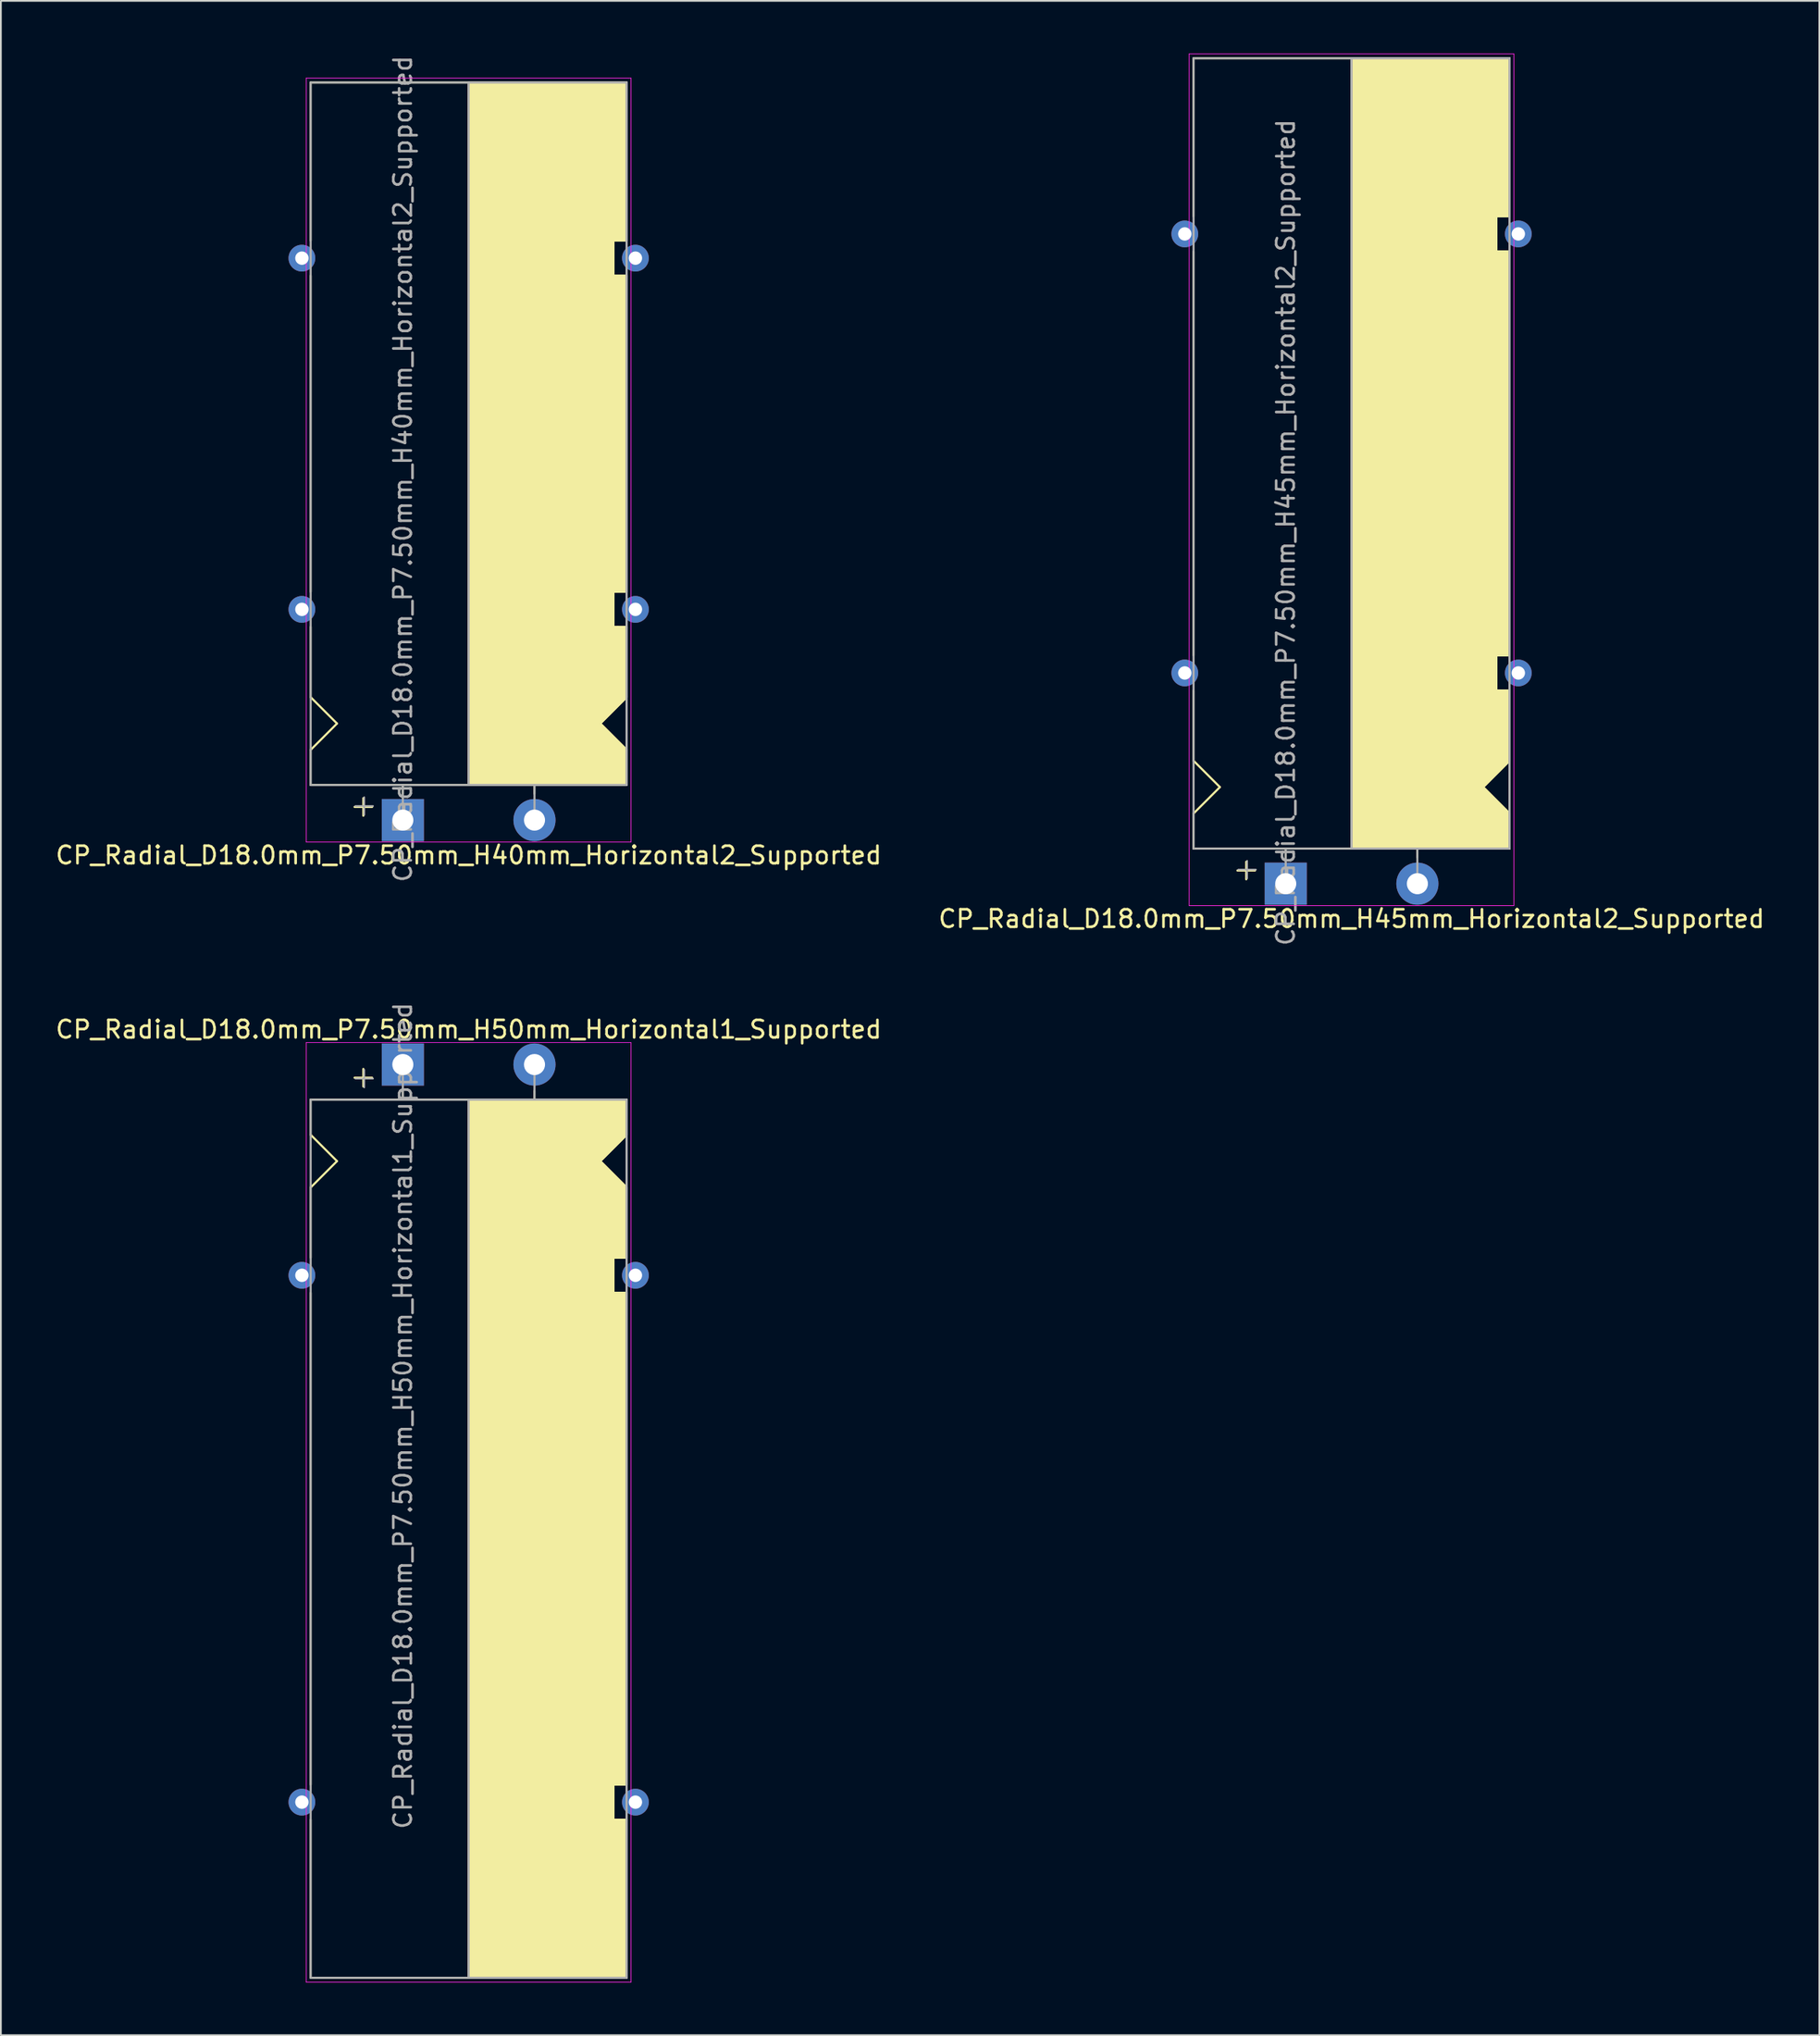
<source format=kicad_pcb>
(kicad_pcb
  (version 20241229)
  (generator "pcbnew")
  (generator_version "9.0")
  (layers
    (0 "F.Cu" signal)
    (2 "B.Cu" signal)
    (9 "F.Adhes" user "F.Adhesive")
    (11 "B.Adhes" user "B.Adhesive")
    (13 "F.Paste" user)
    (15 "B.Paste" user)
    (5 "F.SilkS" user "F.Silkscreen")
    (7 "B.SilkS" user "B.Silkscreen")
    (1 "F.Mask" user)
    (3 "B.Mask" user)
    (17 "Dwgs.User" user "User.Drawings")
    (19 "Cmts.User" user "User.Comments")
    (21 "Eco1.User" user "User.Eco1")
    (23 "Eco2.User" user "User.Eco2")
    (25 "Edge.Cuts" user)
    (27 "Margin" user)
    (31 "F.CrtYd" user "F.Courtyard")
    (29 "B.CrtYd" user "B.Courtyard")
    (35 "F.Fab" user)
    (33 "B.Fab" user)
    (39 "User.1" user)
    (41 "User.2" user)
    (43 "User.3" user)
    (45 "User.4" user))
  (footprint "CP_Radial_D18.0mm_P7.50mm_H50mm_Horizontal1_Supported"
    (layer "F.Cu")
    (at 19.899 57.568)
    (property "Reference" "CP_Radial_D18.0mm_P7.50mm_H50mm_Horizontal1_Supported" (at 3.75 -2 0) (layer "F.SilkS") (effects (font (size 1 1) (thickness 0.15))))
    (attr through_hole)
    (fp_line (start -5.25 2) (end -5.25 4) (stroke (width 0.12) (type solid)) (layer "F.SilkS"))
    (fp_line (start -5.25 2) (end 12.75 2) (stroke (width 0.12) (type solid)) (layer "F.SilkS"))
    (fp_line (start -5.25 4) (end -3.75 5.5) (stroke (width 0.12) (type solid)) (layer "F.SilkS"))
    (fp_line (start -5.25 7) (end -3.75 5.5) (stroke (width 0.12) (type solid)) (layer "F.SilkS"))
    (fp_line (start -5.25 11) (end -5.25 7) (stroke (width 0.12) (type solid)) (layer "F.SilkS"))
    (fp_line (start -5.25 13) (end -5.25 41) (stroke (width 0.12) (type solid)) (layer "F.SilkS"))
    (fp_line (start -5.25 43) (end -5.25 52) (stroke (width 0.12) (type solid)) (layer "F.SilkS"))
    (fp_line (start -5.25 52) (end 12.75 52) (stroke (width 0.12) (type solid)) (layer "F.SilkS"))
    (fp_line (start -2.25 0.25) (end -2.25 1.25) (stroke (width 0.12) (type solid)) (layer "F.SilkS"))
    (fp_line (start -1.75 0.75) (end -2.75 0.75) (stroke (width 0.12) (type solid)) (layer "F.SilkS"))
    (fp_line (start 0 1.5) (end 0 2) (stroke (width 0.12) (type solid)) (layer "F.SilkS"))
    (fp_line (start 3.75 2) (end 3.75 52) (stroke (width 0.12) (type solid)) (layer "F.SilkS"))
    (fp_line (start 7.5 1.5) (end 7.5 2) (stroke (width 0.12) (type solid)) (layer "F.SilkS"))
    (fp_line (start 12 11) (end 12 13) (stroke (width 0.12) (type solid)) (layer "F.SilkS"))
    (fp_line (start 12 13) (end 12.75 13) (stroke (width 0.12) (type solid)) (layer "F.SilkS"))
    (fp_line (start 12 41) (end 12 43) (stroke (width 0.12) (type solid)) (layer "F.SilkS"))
    (fp_line (start 12 43) (end 12.75 43) (stroke (width 0.12) (type solid)) (layer "F.SilkS"))
    (fp_line (start 12.25 11) (end 12 11) (stroke (width 0.12) (type solid)) (layer "F.SilkS"))
    (fp_line (start 12.75 2) (end 12.75 4) (stroke (width 0.12) (type solid)) (layer "F.SilkS"))
    (fp_line (start 12.75 4) (end 11.25 5.5) (stroke (width 0.12) (type solid)) (layer "F.SilkS"))
    (fp_line (start 12.75 7) (end 11.25 5.5) (stroke (width 0.12) (type solid)) (layer "F.SilkS"))
    (fp_line (start 12.75 11) (end 12.25 11) (stroke (width 0.12) (type solid)) (layer "F.SilkS"))
    (fp_line (start 12.75 11) (end 12.75 7) (stroke (width 0.12) (type solid)) (layer "F.SilkS"))
    (fp_line (start 12.75 13) (end 12.75 41) (stroke (width 0.12) (type solid)) (layer "F.SilkS"))
    (fp_line (start 12.75 41) (end 12 41) (stroke (width 0.12) (type solid)) (layer "F.SilkS"))
    (fp_line (start 12.75 43) (end 12.75 52) (stroke (width 0.12) (type solid)) (layer "F.SilkS"))
    (fp_poly (pts (xy 12.75 4) (xy 11.25 5.5) (xy 12.75 7) (xy 12.75 11) (xy 12 11) (xy 12 13) (xy 12.75 13) (xy 12.75 41) (xy 12 41) (xy 12 43) (xy 12.75 43) (xy 12.75 52) (xy 3.75 52) (xy 3.75 2) (xy 12.75 2)) (stroke (width 0.1) (type solid)) (fill yes) (layer "F.SilkS"))
    (fp_line (start -5.5 -1.25) (end -5.5 52.25) (stroke (width 0.04) (type solid)) (layer "F.CrtYd"))
    (fp_line (start -5.5 52.25) (end 13 52.25) (stroke (width 0.04) (type solid)) (layer "F.CrtYd"))
    (fp_line (start 13 -1.25) (end -5.5 -1.25) (stroke (width 0.04) (type solid)) (layer "F.CrtYd"))
    (fp_line (start 13 52.25) (end 13 -1.25) (stroke (width 0.04) (type solid)) (layer "F.CrtYd"))
    (fp_line (start -5.25 2) (end -5.25 52) (stroke (width 0.12) (type solid)) (layer "F.Fab"))
    (fp_line (start -5.25 52) (end 12.75 52) (stroke (width 0.12) (type solid)) (layer "F.Fab"))
    (fp_line (start -2.7 0.8) (end -1.7 0.8) (stroke (width 0.1) (type solid)) (layer "F.Fab"))
    (fp_line (start -2.2 1.3) (end -2.2 0.3) (stroke (width 0.1) (type solid)) (layer "F.Fab"))
    (fp_line (start 0 0) (end 0 2) (stroke (width 0.12) (type solid)) (layer "F.Fab"))
    (fp_line (start 3.75 2) (end 3.75 52) (stroke (width 0.12) (type solid)) (layer "F.Fab"))
    (fp_line (start 7.5 0) (end 7.5 2) (stroke (width 0.12) (type solid)) (layer "F.Fab"))
    (fp_line (start 12.75 2) (end -5.25 2) (stroke (width 0.12) (type solid)) (layer "F.Fab"))
    (fp_line (start 12.75 52) (end 12.75 2) (stroke (width 0.12) (type solid)) (layer "F.Fab"))
    (fp_poly (pts (xy 12.75 52) (xy 3.75 52) (xy 3.75 2) (xy 12.75 2)) (stroke (width 0.1) (type solid)) (fill no) (layer "F.Fab"))
    (fp_text user "${REFERENCE}" (at 0 20 90) (layer "F.Fab") (effects (font (size 1 1) (thickness 0.15))))
    (pad "" thru_hole circle (at -5.75 12) (size 1.524 1.524) (drill 0.762) (layers "*.Cu" "*.Mask"))
    (pad "" thru_hole circle (at -5.75 42) (size 1.524 1.524) (drill 0.762) (layers "*.Cu" "*.Mask"))
    (pad "" thru_hole circle (at 13.25 12) (size 1.524 1.524) (drill 0.762) (layers "*.Cu" "*.Mask"))
    (pad "" thru_hole circle (at 13.25 42) (size 1.524 1.524) (drill 0.762) (layers "*.Cu" "*.Mask"))
    (pad "1" thru_hole rect (at 0 0) (size 2.4 2.4) (drill 1.2) (layers "*.Cu" "*.Mask"))
    (pad "2" thru_hole circle (at 7.5 0) (size 2.4 2.4) (drill 1.2) (layers "*.Cu" "*.Mask")))
  (footprint "CP_Radial_D18.0mm_P7.50mm_H40mm_Horizontal2_Supported"
    (layer "F.Cu")
    (at 19.899 43.649)
    (property "Reference" "CP_Radial_D18.0mm_P7.50mm_H40mm_Horizontal2_Supported" (at 3.75 2 0) (layer "F.SilkS") (effects (font (size 1 1) (thickness 0.15))))
    (attr through_hole)
    (fp_line (start -5.25 -42) (end 12.75 -42) (stroke (width 0.12) (type solid)) (layer "F.SilkS"))
    (fp_line (start -5.25 -33) (end -5.25 -42) (stroke (width 0.12) (type solid)) (layer "F.SilkS"))
    (fp_line (start -5.25 -13) (end -5.25 -31) (stroke (width 0.12) (type solid)) (layer "F.SilkS"))
    (fp_line (start -5.25 -11) (end -5.25 -7) (stroke (width 0.12) (type solid)) (layer "F.SilkS"))
    (fp_line (start -5.25 -7) (end -3.75 -5.5) (stroke (width 0.12) (type solid)) (layer "F.SilkS"))
    (fp_line (start -5.25 -4) (end -3.75 -5.5) (stroke (width 0.12) (type solid)) (layer "F.SilkS"))
    (fp_line (start -5.25 -2) (end -5.25 -4) (stroke (width 0.12) (type solid)) (layer "F.SilkS"))
    (fp_line (start -5.25 -2) (end 12.75 -2) (stroke (width 0.12) (type solid)) (layer "F.SilkS"))
    (fp_line (start -2.25 -1.25) (end -2.25 -0.25) (stroke (width 0.12) (type solid)) (layer "F.SilkS"))
    (fp_line (start -1.75 -0.75) (end -2.75 -0.75) (stroke (width 0.12) (type solid)) (layer "F.SilkS"))
    (fp_line (start 0 -1.5) (end 0 -2) (stroke (width 0.12) (type solid)) (layer "F.SilkS"))
    (fp_line (start 3.75 -2) (end 3.75 -42) (stroke (width 0.12) (type solid)) (layer "F.SilkS"))
    (fp_line (start 7.5 -1.5) (end 7.5 -2) (stroke (width 0.12) (type solid)) (layer "F.SilkS"))
    (fp_line (start 12 -33) (end 12.75 -33) (stroke (width 0.12) (type solid)) (layer "F.SilkS"))
    (fp_line (start 12 -31) (end 12 -33) (stroke (width 0.12) (type solid)) (layer "F.SilkS"))
    (fp_line (start 12 -13) (end 12.75 -13) (stroke (width 0.12) (type solid)) (layer "F.SilkS"))
    (fp_line (start 12 -11) (end 12 -13) (stroke (width 0.12) (type solid)) (layer "F.SilkS"))
    (fp_line (start 12.25 -11) (end 12 -11) (stroke (width 0.12) (type solid)) (layer "F.SilkS"))
    (fp_line (start 12.75 -33) (end 12.75 -42) (stroke (width 0.12) (type solid)) (layer "F.SilkS"))
    (fp_line (start 12.75 -31) (end 12 -31) (stroke (width 0.12) (type solid)) (layer "F.SilkS"))
    (fp_line (start 12.75 -13) (end 12.75 -31) (stroke (width 0.12) (type solid)) (layer "F.SilkS"))
    (fp_line (start 12.75 -11) (end 12.25 -11) (stroke (width 0.12) (type solid)) (layer "F.SilkS"))
    (fp_line (start 12.75 -11) (end 12.75 -7) (stroke (width 0.12) (type solid)) (layer "F.SilkS"))
    (fp_line (start 12.75 -7) (end 11.25 -5.5) (stroke (width 0.12) (type solid)) (layer "F.SilkS"))
    (fp_line (start 12.75 -4) (end 11.25 -5.5) (stroke (width 0.12) (type solid)) (layer "F.SilkS"))
    (fp_line (start 12.75 -2) (end 12.75 -4) (stroke (width 0.12) (type solid)) (layer "F.SilkS"))
    (fp_poly (pts (xy 12.75 -4) (xy 11.25 -5.5) (xy 12.75 -7) (xy 12.75 -11) (xy 12 -11) (xy 12 -13) (xy 12.75 -13) (xy 12.75 -31) (xy 12 -31) (xy 12 -33) (xy 12.75 -33) (xy 12.75 -42) (xy 3.75 -42) (xy 3.75 -2) (xy 12.75 -2)) (stroke (width 0.1) (type solid)) (fill yes) (layer "F.SilkS"))
    (fp_line (start -5.5 -42.25) (end 13 -42.25) (stroke (width 0.04) (type solid)) (layer "F.CrtYd"))
    (fp_line (start -5.5 1.25) (end -5.5 -42.25) (stroke (width 0.04) (type solid)) (layer "F.CrtYd"))
    (fp_line (start 13 -42.25) (end 13 1.25) (stroke (width 0.04) (type solid)) (layer "F.CrtYd"))
    (fp_line (start 13 1.25) (end -5.5 1.25) (stroke (width 0.04) (type solid)) (layer "F.CrtYd"))
    (fp_line (start -5.25 -42) (end 12.75 -42) (stroke (width 0.12) (type solid)) (layer "F.Fab"))
    (fp_line (start -5.25 -2) (end -5.25 -42) (stroke (width 0.12) (type solid)) (layer "F.Fab"))
    (fp_line (start -2.7 -0.8) (end -1.7 -0.8) (stroke (width 0.1) (type solid)) (layer "F.Fab"))
    (fp_line (start -2.2 -0.3) (end -2.2 -1.3) (stroke (width 0.1) (type solid)) (layer "F.Fab"))
    (fp_line (start 0 0) (end 0 -2) (stroke (width 0.12) (type solid)) (layer "F.Fab"))
    (fp_line (start 3.75 -2) (end 3.75 -42) (stroke (width 0.12) (type solid)) (layer "F.Fab"))
    (fp_line (start 7.5 0) (end 7.5 -2) (stroke (width 0.12) (type solid)) (layer "F.Fab"))
    (fp_line (start 12.75 -42) (end 12.75 -2) (stroke (width 0.12) (type solid)) (layer "F.Fab"))
    (fp_line (start 12.75 -2) (end -5.25 -2) (stroke (width 0.12) (type solid)) (layer "F.Fab"))
    (fp_poly (pts (xy 12.75 -42) (xy 3.75 -42) (xy 3.75 -2) (xy 12.75 -2)) (stroke (width 0.1) (type solid)) (fill no) (layer "F.Fab"))
    (fp_text user "${REFERENCE}" (at 0 -20 90) (layer "F.Fab") (effects (font (size 1 1) (thickness 0.15))))
    (pad "" thru_hole circle (at -5.75 -32 180) (size 1.524 1.524) (drill 0.762) (layers "*.Cu" "*.Mask"))
    (pad "" thru_hole circle (at -5.75 -12 180) (size 1.524 1.524) (drill 0.762) (layers "*.Cu" "*.Mask"))
    (pad "" thru_hole circle (at 13.25 -32 180) (size 1.524 1.524) (drill 0.762) (layers "*.Cu" "*.Mask"))
    (pad "" thru_hole circle (at 13.25 -12 180) (size 1.524 1.524) (drill 0.762) (layers "*.Cu" "*.Mask"))
    (pad "1" thru_hole rect (at 0 0) (size 2.4 2.4) (drill 1.2) (layers "*.Cu" "*.Mask"))
    (pad "2" thru_hole circle (at 7.5 0) (size 2.4 2.4) (drill 1.2) (layers "*.Cu" "*.Mask")))
  (footprint "CP_Radial_D18.0mm_P7.50mm_H45mm_Horizontal2_Supported"
    (layer "F.Cu")
    (at 70.196 47.27)
    (property "Reference" "CP_Radial_D18.0mm_P7.50mm_H45mm_Horizontal2_Supported" (at 3.75 2 0) (layer "F.SilkS") (effects (font (size 1 1) (thickness 0.15))))
    (attr through_hole)
    (fp_line (start -5.25 -47) (end 12.75 -47) (stroke (width 0.12) (type solid)) (layer "F.SilkS"))
    (fp_line (start -5.25 -38) (end -5.25 -47) (stroke (width 0.12) (type solid)) (layer "F.SilkS"))
    (fp_line (start -5.25 -13) (end -5.25 -36) (stroke (width 0.12) (type solid)) (layer "F.SilkS"))
    (fp_line (start -5.25 -11) (end -5.25 -7) (stroke (width 0.12) (type solid)) (layer "F.SilkS"))
    (fp_line (start -5.25 -7) (end -3.75 -5.5) (stroke (width 0.12) (type solid)) (layer "F.SilkS"))
    (fp_line (start -5.25 -4) (end -3.75 -5.5) (stroke (width 0.12) (type solid)) (layer "F.SilkS"))
    (fp_line (start -5.25 -2) (end -5.25 -4) (stroke (width 0.12) (type solid)) (layer "F.SilkS"))
    (fp_line (start -5.25 -2) (end 12.75 -2) (stroke (width 0.12) (type solid)) (layer "F.SilkS"))
    (fp_line (start -2.25 -1.25) (end -2.25 -0.25) (stroke (width 0.12) (type solid)) (layer "F.SilkS"))
    (fp_line (start -1.75 -0.75) (end -2.75 -0.75) (stroke (width 0.12) (type solid)) (layer "F.SilkS"))
    (fp_line (start 0 -1.5) (end 0 -2) (stroke (width 0.12) (type solid)) (layer "F.SilkS"))
    (fp_line (start 3.75 -2) (end 3.75 -47) (stroke (width 0.12) (type solid)) (layer "F.SilkS"))
    (fp_line (start 7.5 -1.5) (end 7.5 -2) (stroke (width 0.12) (type solid)) (layer "F.SilkS"))
    (fp_line (start 12 -38) (end 12.75 -38) (stroke (width 0.12) (type solid)) (layer "F.SilkS"))
    (fp_line (start 12 -36) (end 12 -38) (stroke (width 0.12) (type solid)) (layer "F.SilkS"))
    (fp_line (start 12 -13) (end 12.75 -13) (stroke (width 0.12) (type solid)) (layer "F.SilkS"))
    (fp_line (start 12 -11) (end 12 -13) (stroke (width 0.12) (type solid)) (layer "F.SilkS"))
    (fp_line (start 12.25 -11) (end 12 -11) (stroke (width 0.12) (type solid)) (layer "F.SilkS"))
    (fp_line (start 12.75 -38) (end 12.75 -47) (stroke (width 0.12) (type solid)) (layer "F.SilkS"))
    (fp_line (start 12.75 -36) (end 12 -36) (stroke (width 0.12) (type solid)) (layer "F.SilkS"))
    (fp_line (start 12.75 -13) (end 12.75 -36) (stroke (width 0.12) (type solid)) (layer "F.SilkS"))
    (fp_line (start 12.75 -11) (end 12.25 -11) (stroke (width 0.12) (type solid)) (layer "F.SilkS"))
    (fp_line (start 12.75 -11) (end 12.75 -7) (stroke (width 0.12) (type solid)) (layer "F.SilkS"))
    (fp_line (start 12.75 -7) (end 11.25 -5.5) (stroke (width 0.12) (type solid)) (layer "F.SilkS"))
    (fp_line (start 12.75 -4) (end 11.25 -5.5) (stroke (width 0.12) (type solid)) (layer "F.SilkS"))
    (fp_line (start 12.75 -2) (end 12.75 -4) (stroke (width 0.12) (type solid)) (layer "F.SilkS"))
    (fp_poly (pts (xy 12.75 -4) (xy 11.25 -5.5) (xy 12.75 -7) (xy 12.75 -11) (xy 12 -11) (xy 12 -13) (xy 12.75 -13) (xy 12.75 -36) (xy 12 -36) (xy 12 -38) (xy 12.75 -38) (xy 12.75 -47) (xy 3.75 -47) (xy 3.75 -2) (xy 12.75 -2)) (stroke (width 0.1) (type solid)) (fill yes) (layer "F.SilkS"))
    (fp_line (start -5.5 -47.25) (end 13 -47.25) (stroke (width 0.04) (type solid)) (layer "F.CrtYd"))
    (fp_line (start -5.5 1.25) (end -5.5 -47.25) (stroke (width 0.04) (type solid)) (layer "F.CrtYd"))
    (fp_line (start 13 -47.25) (end 13 1.25) (stroke (width 0.04) (type solid)) (layer "F.CrtYd"))
    (fp_line (start 13 1.25) (end -5.5 1.25) (stroke (width 0.04) (type solid)) (layer "F.CrtYd"))
    (fp_line (start -5.25 -47) (end 12.75 -47) (stroke (width 0.12) (type solid)) (layer "F.Fab"))
    (fp_line (start -5.25 -2) (end -5.25 -47) (stroke (width 0.12) (type solid)) (layer "F.Fab"))
    (fp_line (start -2.7 -0.8) (end -1.7 -0.8) (stroke (width 0.1) (type solid)) (layer "F.Fab"))
    (fp_line (start -2.2 -0.3) (end -2.2 -1.3) (stroke (width 0.1) (type solid)) (layer "F.Fab"))
    (fp_line (start 0 0) (end 0 -2) (stroke (width 0.12) (type solid)) (layer "F.Fab"))
    (fp_line (start 3.75 -2) (end 3.75 -47) (stroke (width 0.12) (type solid)) (layer "F.Fab"))
    (fp_line (start 7.5 0) (end 7.5 -2) (stroke (width 0.12) (type solid)) (layer "F.Fab"))
    (fp_line (start 12.75 -47) (end 12.75 -2) (stroke (width 0.12) (type solid)) (layer "F.Fab"))
    (fp_line (start 12.75 -2) (end -5.25 -2) (stroke (width 0.12) (type solid)) (layer "F.Fab"))
    (fp_poly (pts (xy 12.75 -47) (xy 3.75 -47) (xy 3.75 -2) (xy 12.75 -2)) (stroke (width 0.1) (type solid)) (fill no) (layer "F.Fab"))
    (fp_text user "${REFERENCE}" (at 0 -20 90) (layer "F.Fab") (effects (font (size 1 1) (thickness 0.15))))
    (pad "" thru_hole circle (at -5.75 -37 180) (size 1.524 1.524) (drill 0.762) (layers "*.Cu" "*.Mask"))
    (pad "" thru_hole circle (at -5.75 -12 180) (size 1.524 1.524) (drill 0.762) (layers "*.Cu" "*.Mask"))
    (pad "" thru_hole circle (at 13.25 -37 180) (size 1.524 1.524) (drill 0.762) (layers "*.Cu" "*.Mask"))
    (pad "" thru_hole circle (at 13.25 -12 180) (size 1.524 1.524) (drill 0.762) (layers "*.Cu" "*.Mask"))
    (pad "1" thru_hole rect (at 0 0) (size 2.4 2.4) (drill 1.2) (layers "*.Cu" "*.Mask"))
    (pad "2" thru_hole circle (at 7.5 0) (size 2.4 2.4) (drill 1.2) (layers "*.Cu" "*.Mask")))
  (gr_rect
    (start -3 -3)
    (end 100.595 112.838)
    (stroke (width 0.1) (type default))
    (fill no)
    (layer "Edge.Cuts")))
</source>
